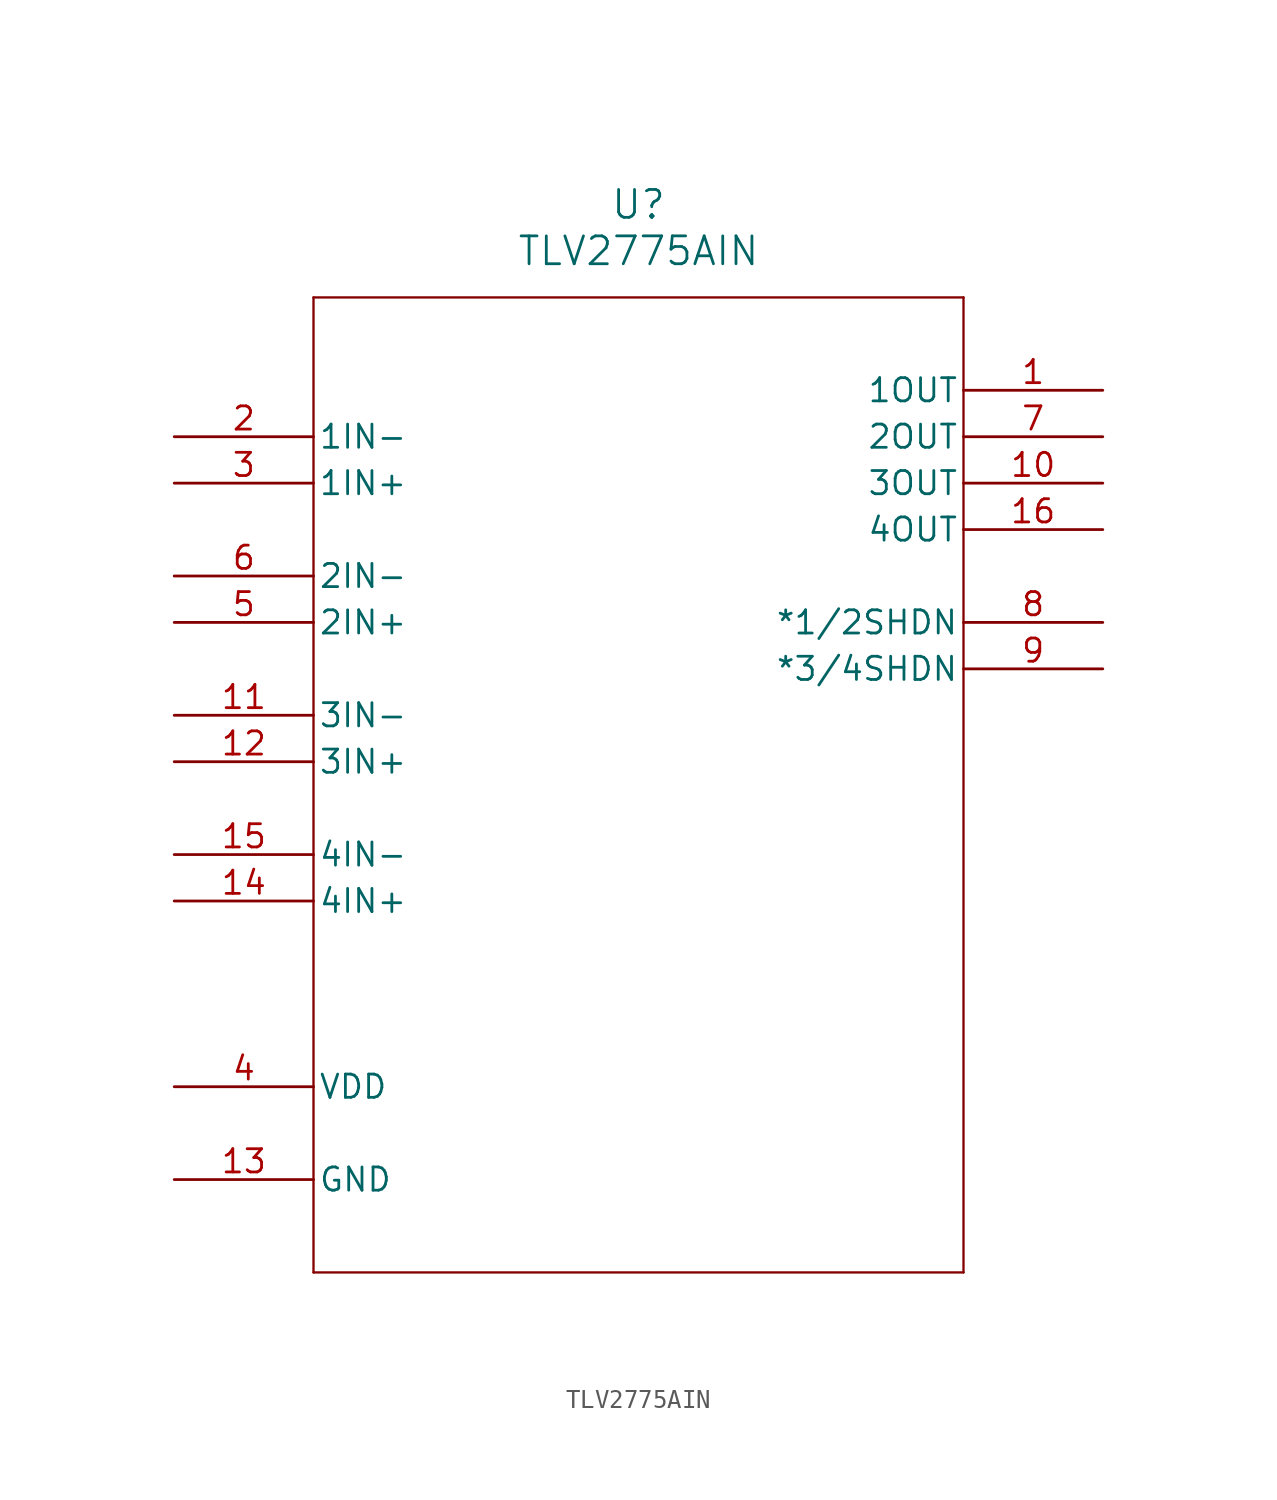
<source format=kicad_sym>
(kicad_symbol_lib
  (version 20211014)
  (generator kicad_symbol_editor)
  (symbol "TLV2775AIN"
    (pin_names
      (offset 0.254))
    (property "Reference" "U"
      (at 25.4 12.7 0)
      (effects (font (size 1.524 1.524))))
    (property "Value" "TLV2775AIN"
      (at 25.4 10.16 0)
      (effects (font (size 1.524 1.524))))
    (symbol "TLV2775AIN_0_1"
      (polyline (pts (xy 7.62 7.62) (xy 7.62 -45.72)) (stroke (width 0.127) (type default) (color 0 0 0 0)) (fill (type none)))
      (polyline (pts (xy 7.62 -45.72) (xy 43.18 -45.72)) (stroke (width 0.127) (type default) (color 0 0 0 0)) (fill (type none)))
      (polyline (pts (xy 43.18 -45.72) (xy 43.18 7.62)) (stroke (width 0.127) (type default) (color 0 0 0 0)) (fill (type none)))
      (polyline (pts (xy 43.18 7.62) (xy 7.62 7.62)) (stroke (width 0.127) (type default) (color 0 0 0 0)) (fill (type none)))
      (pin output line (at 50.8 2.54 180) (length 7.62) (name "1OUT" (effects (font (size 1.27 1.27)))) (number "1" (effects (font (size 1.27 1.27)))))
      (pin input line (at 0 0 0) (length 7.62) (name "1IN-" (effects (font (size 1.27 1.27)))) (number "2" (effects (font (size 1.27 1.27)))))
      (pin input line (at 0 -2.54 0) (length 7.62) (name "1IN+" (effects (font (size 1.27 1.27)))) (number "3" (effects (font (size 1.27 1.27)))))
      (pin power_in line (at 0 -35.56 0) (length 7.62) (name "VDD" (effects (font (size 1.27 1.27)))) (number "4" (effects (font (size 1.27 1.27)))))
      (pin input line (at 0 -10.16 0) (length 7.62) (name "2IN+" (effects (font (size 1.27 1.27)))) (number "5" (effects (font (size 1.27 1.27)))))
      (pin input line (at 0 -7.62 0) (length 7.62) (name "2IN-" (effects (font (size 1.27 1.27)))) (number "6" (effects (font (size 1.27 1.27)))))
      (pin output line (at 50.8 0 180) (length 7.62) (name "2OUT" (effects (font (size 1.27 1.27)))) (number "7" (effects (font (size 1.27 1.27)))))
      (pin unspecified line (at 50.8 -10.16 180) (length 7.62) (name "*1/2SHDN" (effects (font (size 1.27 1.27)))) (number "8" (effects (font (size 1.27 1.27)))))
      (pin unspecified line (at 50.8 -12.7 180) (length 7.62) (name "*3/4SHDN" (effects (font (size 1.27 1.27)))) (number "9" (effects (font (size 1.27 1.27)))))
      (pin output line (at 50.8 -2.54 180) (length 7.62) (name "3OUT" (effects (font (size 1.27 1.27)))) (number "10" (effects (font (size 1.27 1.27)))))
      (pin input line (at 0 -15.24 0) (length 7.62) (name "3IN-" (effects (font (size 1.27 1.27)))) (number "11" (effects (font (size 1.27 1.27)))))
      (pin input line (at 0 -17.78 0) (length 7.62) (name "3IN+" (effects (font (size 1.27 1.27)))) (number "12" (effects (font (size 1.27 1.27)))))
      (pin power_in line (at 0 -40.64 0) (length 7.62) (name "GND" (effects (font (size 1.27 1.27)))) (number "13" (effects (font (size 1.27 1.27)))))
      (pin input line (at 0 -25.4 0) (length 7.62) (name "4IN+" (effects (font (size 1.27 1.27)))) (number "14" (effects (font (size 1.27 1.27)))))
      (pin input line (at 0 -22.86 0) (length 7.62) (name "4IN-" (effects (font (size 1.27 1.27)))) (number "15" (effects (font (size 1.27 1.27)))))
      (pin output line (at 50.8 -5.08 180) (length 7.62) (name "4OUT" (effects (font (size 1.27 1.27)))) (number "16" (effects (font (size 1.27 1.27))))))))
</source>
